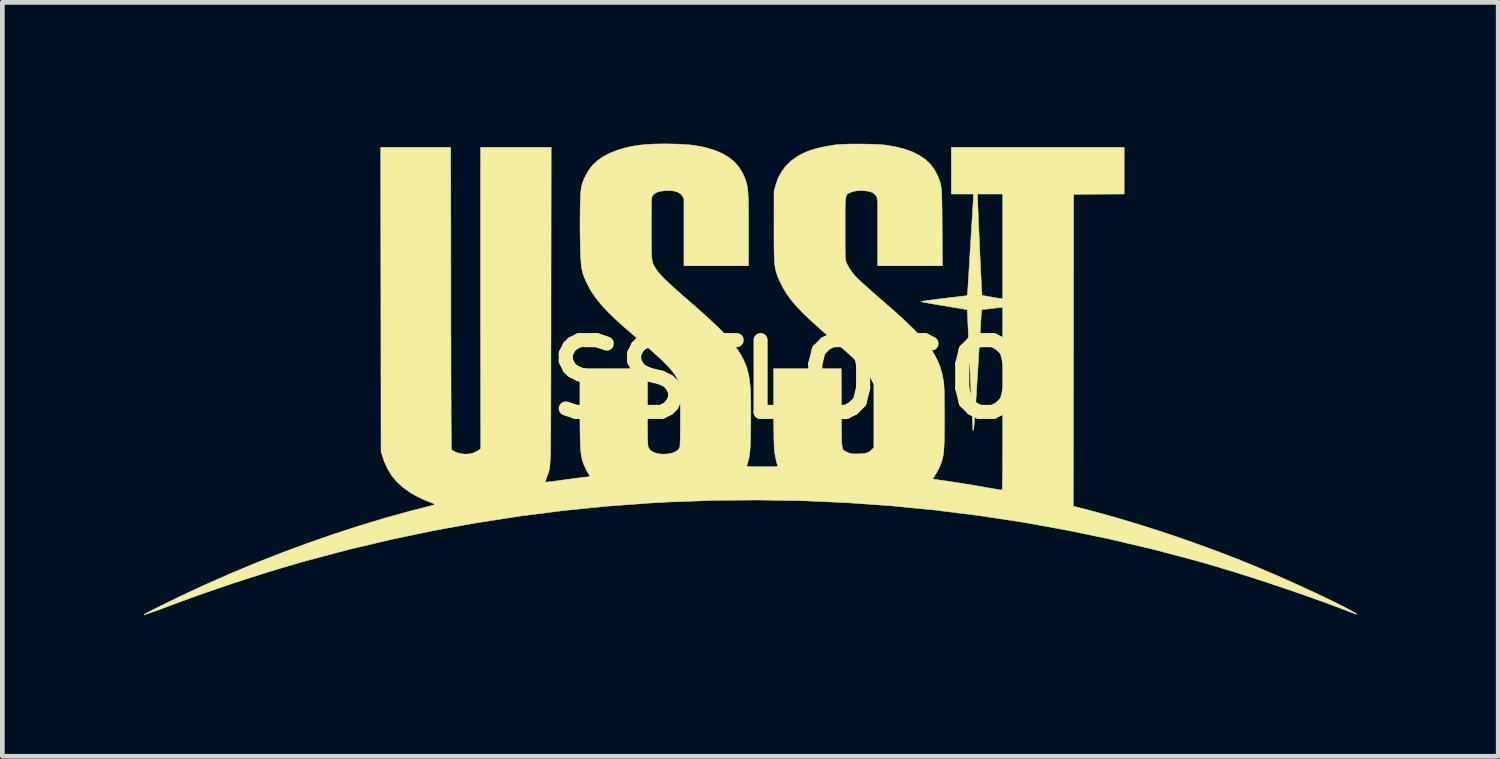
<source format=kicad_pcb>
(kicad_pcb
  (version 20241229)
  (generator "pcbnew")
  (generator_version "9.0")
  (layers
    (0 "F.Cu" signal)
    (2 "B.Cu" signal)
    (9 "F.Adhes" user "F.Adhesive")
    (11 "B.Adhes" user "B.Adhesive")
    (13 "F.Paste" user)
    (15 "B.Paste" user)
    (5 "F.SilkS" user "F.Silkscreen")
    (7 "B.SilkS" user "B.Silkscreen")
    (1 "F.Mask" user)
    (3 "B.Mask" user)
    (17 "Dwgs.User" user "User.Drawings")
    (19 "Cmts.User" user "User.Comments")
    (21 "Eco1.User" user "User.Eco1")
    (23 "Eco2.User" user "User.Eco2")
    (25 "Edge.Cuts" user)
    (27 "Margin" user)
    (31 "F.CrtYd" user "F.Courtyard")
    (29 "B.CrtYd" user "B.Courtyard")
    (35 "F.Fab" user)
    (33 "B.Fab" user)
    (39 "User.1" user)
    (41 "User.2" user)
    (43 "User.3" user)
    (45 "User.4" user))
  (footprint "USSTLOGO"
    (layer "F.Cu")
    (at 12.883 5.007)
    (property "Reference" "USSTLOGO" (at 0 0 0) (layer "F.SilkS") (effects (font (size 1.524 1.524) (thickness 0.3))))
    (attr through_hole)
    (fp_poly (pts (xy -1.68 -5) (xy -1.531 -4.996) (xy -1.402 -4.989) (xy -1.288 -4.981) (xy -1.185 -4.968) (xy -1.088 -4.953) (xy -0.991 -4.932) (xy -0.924 -4.916) (xy -0.746 -4.862) (xy -0.589 -4.794) (xy -0.452 -4.712) (xy -0.336 -4.617) (xy -0.24 -4.506) (xy -0.163 -4.38) (xy -0.118 -4.279) (xy -0.103 -4.236) (xy -0.089 -4.196) (xy -0.078 -4.156) (xy -0.068 -4.114) (xy -0.06 -4.067) (xy -0.054 -4.014) (xy -0.049 -3.952) (xy -0.045 -3.879) (xy -0.042 -3.793) (xy -0.04 -3.692) (xy -0.039 -3.573) (xy -0.038 -3.435) (xy -0.038 -3.274) (xy -0.038 -3.172) (xy -0.038 -2.413) (xy -1.41 -2.413) (xy -1.41 -3.122) (xy -1.41 -3.83) (xy -1.438 -3.887) (xy -1.478 -3.938) (xy -1.538 -3.976) (xy -1.617 -4) (xy -1.714 -4.011) (xy -1.826 -4.006) (xy -1.854 -4.003) (xy -1.934 -3.99) (xy -1.993 -3.971) (xy -2.036 -3.945) (xy -2.069 -3.908) (xy -2.076 -3.897) (xy -2.082 -3.886) (xy -2.087 -3.875) (xy -2.091 -3.859) (xy -2.094 -3.838) (xy -2.097 -3.808) (xy -2.098 -3.768) (xy -2.1 -3.716) (xy -2.101 -3.649) (xy -2.101 -3.565) (xy -2.102 -3.462) (xy -2.102 -3.338) (xy -2.102 -3.213) (xy -2.102 -3.061) (xy -2.102 -2.931) (xy -2.101 -2.823) (xy -2.099 -2.733) (xy -2.097 -2.658) (xy -2.093 -2.598) (xy -2.088 -2.549) (xy -2.082 -2.509) (xy -2.073 -2.476) (xy -2.062 -2.447) (xy -2.049 -2.42) (xy -2.033 -2.393) (xy -2.015 -2.363) (xy -1.992 -2.329) (xy -1.968 -2.295) (xy -1.941 -2.26) (xy -1.909 -2.223) (xy -1.871 -2.182) (xy -1.825 -2.136) (xy -1.77 -2.083) (xy -1.705 -2.023) (xy -1.628 -1.953) (xy -1.537 -1.871) (xy -1.432 -1.778) (xy -1.309 -1.671) (xy -1.175 -1.554) (xy -1.003 -1.402) (xy -0.851 -1.264) (xy -0.716 -1.137) (xy -0.599 -1.021) (xy -0.496 -0.913) (xy -0.407 -0.812) (xy -0.33 -0.716) (xy -0.265 -0.625) (xy -0.209 -0.536) (xy -0.161 -0.448) (xy -0.159 -0.445) (xy -0.125 -0.372) (xy -0.095 -0.299) (xy -0.069 -0.225) (xy -0.048 -0.147) (xy -0.03 -0.063) (xy -0.016 0.03) (xy -0.005 0.133) (xy 0.003 0.251) (xy 0.008 0.383) (xy 0.01 0.534) (xy 0.011 0.704) (xy 0.01 0.897) (xy 0.009 0.945) (xy 0.007 1.096) (xy 0.005 1.223) (xy 0.002 1.331) (xy -0.002 1.421) (xy -0.007 1.498) (xy -0.013 1.563) (xy -0.021 1.62) (xy -0.03 1.671) (xy -0.042 1.719) (xy -0.055 1.767) (xy -0.057 1.772) (xy -0.068 1.809) (xy -0.075 1.837) (xy -0.076 1.845) (xy -0.064 1.847) (xy -0.03 1.85) (xy 0.023 1.851) (xy 0.091 1.853) (xy 0.172 1.854) (xy 0.255 1.854) (xy 0.355 1.854) (xy 0.433 1.854) (xy 0.491 1.853) (xy 0.531 1.851) (xy 0.558 1.849) (xy 0.573 1.845) (xy 0.579 1.84) (xy 0.579 1.834) (xy 0.579 1.832) (xy 0.555 1.746) (xy 0.533 1.648) (xy 0.516 1.552) (xy 0.508 1.492) (xy 0.506 1.459) (xy 0.504 1.403) (xy 0.502 1.327) (xy 0.5 1.233) (xy 0.499 1.124) (xy 0.497 1.003) (xy 0.496 0.871) (xy 0.496 0.732) (xy 0.496 0.588) (xy 0.496 0.575) (xy 0.495 -0.229) (xy 1.93 -0.229) (xy 1.933 0.606) (xy 1.934 0.777) (xy 1.934 0.924) (xy 1.935 1.05) (xy 1.936 1.156) (xy 1.938 1.243) (xy 1.94 1.315) (xy 1.944 1.372) (xy 1.949 1.417) (xy 1.955 1.451) (xy 1.964 1.477) (xy 1.974 1.496) (xy 1.987 1.509) (xy 2.003 1.52) (xy 2.021 1.529) (xy 2.042 1.539) (xy 2.057 1.546) (xy 2.09 1.562) (xy 2.12 1.572) (xy 2.152 1.578) (xy 2.196 1.58) (xy 2.256 1.581) (xy 2.273 1.581) (xy 2.364 1.579) (xy 2.435 1.57) (xy 2.492 1.553) (xy 2.538 1.527) (xy 2.579 1.491) (xy 2.623 1.446) (xy 2.623 0.108) (xy 2.577 0.013) (xy 2.551 -0.037) (xy 2.522 -0.087) (xy 2.486 -0.138) (xy 2.444 -0.192) (xy 2.393 -0.25) (xy 2.333 -0.313) (xy 2.261 -0.384) (xy 2.176 -0.464) (xy 2.077 -0.554) (xy 1.962 -0.656) (xy 1.83 -0.77) (xy 1.714 -0.87) (xy 1.539 -1.021) (xy 1.384 -1.16) (xy 1.248 -1.285) (xy 1.129 -1.4) (xy 1.027 -1.504) (xy 0.94 -1.599) (xy 0.868 -1.686) (xy 0.842 -1.719) (xy 0.767 -1.828) (xy 0.696 -1.946) (xy 0.634 -2.064) (xy 0.585 -2.177) (xy 0.567 -2.225) (xy 0.554 -2.266) (xy 0.543 -2.305) (xy 0.533 -2.345) (xy 0.525 -2.387) (xy 0.519 -2.434) (xy 0.514 -2.489) (xy 0.51 -2.553) (xy 0.507 -2.628) (xy 0.505 -2.718) (xy 0.503 -2.824) (xy 0.502 -2.949) (xy 0.502 -3.095) (xy 0.502 -3.263) (xy 0.502 -3.264) (xy 0.503 -3.994) (xy 0.536 -4.118) (xy 0.59 -4.273) (xy 0.664 -4.413) (xy 0.757 -4.537) (xy 0.871 -4.645) (xy 1.005 -4.739) (xy 1.079 -4.781) (xy 1.173 -4.825) (xy 1.27 -4.863) (xy 1.376 -4.896) (xy 1.495 -4.926) (xy 1.631 -4.953) (xy 1.787 -4.979) (xy 1.797 -4.98) (xy 1.859 -4.987) (xy 1.942 -4.992) (xy 2.041 -4.996) (xy 2.152 -4.998) (xy 2.27 -4.999) (xy 2.392 -4.998) (xy 2.511 -4.996) (xy 2.625 -4.993) (xy 2.729 -4.988) (xy 2.818 -4.982) (xy 2.887 -4.974) (xy 2.889 -4.974) (xy 3.098 -4.937) (xy 3.284 -4.889) (xy 3.449 -4.829) (xy 3.592 -4.756) (xy 3.716 -4.671) (xy 3.82 -4.573) (xy 3.906 -4.461) (xy 3.973 -4.335) (xy 3.987 -4.302) (xy 4.003 -4.263) (xy 4.016 -4.227) (xy 4.028 -4.192) (xy 4.038 -4.157) (xy 4.046 -4.119) (xy 4.052 -4.076) (xy 4.058 -4.025) (xy 4.062 -3.966) (xy 4.065 -3.894) (xy 4.067 -3.809) (xy 4.069 -3.709) (xy 4.071 -3.59) (xy 4.072 -3.451) (xy 4.073 -3.29) (xy 4.073 -3.216) (xy 4.078 -2.413) (xy 3.392 -2.413) (xy 2.705 -2.413) (xy 2.705 -3.12) (xy 2.705 -3.272) (xy 2.705 -3.401) (xy 2.705 -3.509) (xy 2.704 -3.597) (xy 2.703 -3.669) (xy 2.702 -3.726) (xy 2.7 -3.77) (xy 2.698 -3.803) (xy 2.695 -3.828) (xy 2.692 -3.847) (xy 2.687 -3.862) (xy 2.682 -3.875) (xy 2.679 -3.882) (xy 2.649 -3.928) (xy 2.607 -3.962) (xy 2.55 -3.985) (xy 2.473 -4.001) (xy 2.469 -4.002) (xy 2.351 -4.011) (xy 2.245 -4.004) (xy 2.153 -3.981) (xy 2.128 -3.971) (xy 2.103 -3.96) (xy 2.082 -3.95) (xy 2.065 -3.939) (xy 2.051 -3.924) (xy 2.04 -3.905) (xy 2.031 -3.878) (xy 2.024 -3.841) (xy 2.019 -3.793) (xy 2.016 -3.732) (xy 2.014 -3.654) (xy 2.013 -3.56) (xy 2.013 -3.445) (xy 2.013 -3.308) (xy 2.013 -3.2) (xy 2.013 -3.055) (xy 2.013 -2.932) (xy 2.013 -2.831) (xy 2.014 -2.748) (xy 2.015 -2.681) (xy 2.016 -2.629) (xy 2.018 -2.588) (xy 2.021 -2.556) (xy 2.024 -2.532) (xy 2.028 -2.513) (xy 2.033 -2.497) (xy 2.039 -2.481) (xy 2.042 -2.475) (xy 2.064 -2.429) (xy 2.095 -2.373) (xy 2.129 -2.321) (xy 2.132 -2.316) (xy 2.153 -2.288) (xy 2.173 -2.261) (xy 2.194 -2.234) (xy 2.218 -2.207) (xy 2.246 -2.177) (xy 2.279 -2.143) (xy 2.319 -2.104) (xy 2.367 -2.059) (xy 2.424 -2.007) (xy 2.493 -1.946) (xy 2.573 -1.874) (xy 2.667 -1.791) (xy 2.777 -1.696) (xy 2.902 -1.586) (xy 3.045 -1.462) (xy 3.054 -1.455) (xy 3.128 -1.388) (xy 3.214 -1.31) (xy 3.303 -1.226) (xy 3.39 -1.144) (xy 3.466 -1.069) (xy 3.468 -1.067) (xy 3.608 -0.921) (xy 3.728 -0.783) (xy 3.829 -0.652) (xy 3.911 -0.524) (xy 3.978 -0.396) (xy 4.03 -0.266) (xy 4.07 -0.131) (xy 4.098 0.012) (xy 4.098 0.013) (xy 4.103 0.05) (xy 4.108 0.088) (xy 4.111 0.131) (xy 4.114 0.18) (xy 4.117 0.239) (xy 4.118 0.309) (xy 4.12 0.394) (xy 4.12 0.496) (xy 4.121 0.618) (xy 4.121 0.762) (xy 4.121 0.794) (xy 4.121 0.958) (xy 4.12 1.099) (xy 4.119 1.22) (xy 4.117 1.322) (xy 4.114 1.409) (xy 4.109 1.483) (xy 4.104 1.545) (xy 4.097 1.6) (xy 4.088 1.648) (xy 4.077 1.693) (xy 4.065 1.736) (xy 4.056 1.765) (xy 4.006 1.888) (xy 3.936 2.013) (xy 3.908 2.055) (xy 3.888 2.087) (xy 3.877 2.108) (xy 3.875 2.114) (xy 3.889 2.116) (xy 3.924 2.122) (xy 3.977 2.13) (xy 4.044 2.14) (xy 4.122 2.151) (xy 4.172 2.158) (xy 4.26 2.171) (xy 4.367 2.188) (xy 4.487 2.206) (xy 4.614 2.227) (xy 4.741 2.248) (xy 4.862 2.269) (xy 4.894 2.274) (xy 4.996 2.292) (xy 5.09 2.308) (xy 5.174 2.323) (xy 5.244 2.334) (xy 5.297 2.343) (xy 5.331 2.348) (xy 5.342 2.349) (xy 5.344 2.346) (xy 5.346 2.337) (xy 5.348 2.319) (xy 5.35 2.292) (xy 5.352 2.256) (xy 5.353 2.208) (xy 5.354 2.147) (xy 5.355 2.074) (xy 5.356 1.985) (xy 5.357 1.882) (xy 5.358 1.761) (xy 5.358 1.622) (xy 5.359 1.465) (xy 5.359 1.288) (xy 5.359 1.089) (xy 5.359 0.868) (xy 5.359 0.624) (xy 5.359 0.407) (xy 5.359 -1.536) (xy 5.324 -1.53) (xy 5.3 -1.527) (xy 5.255 -1.521) (xy 5.196 -1.514) (xy 5.129 -1.506) (xy 5.102 -1.503) (xy 4.915 -1.482) (xy 4.909 -1.443) (xy 4.907 -1.424) (xy 4.904 -1.381) (xy 4.9 -1.318) (xy 4.894 -1.236) (xy 4.888 -1.137) (xy 4.881 -1.024) (xy 4.873 -0.899) (xy 4.864 -0.764) (xy 4.856 -0.621) (xy 4.851 -0.546) (xy 4.836 -0.288) (xy 4.821 -0.055) (xy 4.808 0.154) (xy 4.797 0.34) (xy 4.786 0.504) (xy 4.776 0.645) (xy 4.768 0.765) (xy 4.76 0.864) (xy 4.753 0.943) (xy 4.748 1.004) (xy 4.743 1.045) (xy 4.739 1.068) (xy 4.737 1.073) (xy 4.73 1.084) (xy 4.727 1.073) (xy 4.725 1.041) (xy 4.724 1.009) (xy 4.722 0.957) (xy 4.718 0.892) (xy 4.714 0.818) (xy 4.712 0.775) (xy 4.708 0.717) (xy 4.704 0.635) (xy 4.699 0.528) (xy 4.693 0.398) (xy 4.685 0.245) (xy 4.677 0.068) (xy 4.668 -0.13) (xy 4.658 -0.35) (xy 4.647 -0.591) (xy 4.635 -0.852) (xy 4.622 -1.134) (xy 4.615 -1.296) (xy 4.606 -1.481) (xy 4.122 -1.562) (xy 4.015 -1.58) (xy 3.915 -1.597) (xy 3.825 -1.613) (xy 3.749 -1.626) (xy 3.69 -1.637) (xy 3.649 -1.645) (xy 3.63 -1.65) (xy 3.629 -1.651) (xy 3.638 -1.655) (xy 3.67 -1.661) (xy 3.722 -1.669) (xy 3.791 -1.68) (xy 3.875 -1.691) (xy 3.971 -1.704) (xy 4.077 -1.717) (xy 4.19 -1.731) (xy 4.308 -1.745) (xy 4.386 -1.753) (xy 4.457 -1.762) (xy 4.519 -1.769) (xy 4.567 -1.776) (xy 4.598 -1.781) (xy 4.606 -1.783) (xy 4.608 -1.796) (xy 4.611 -1.832) (xy 4.616 -1.889) (xy 4.621 -1.964) (xy 4.627 -2.054) (xy 4.633 -2.158) (xy 4.64 -2.272) (xy 4.648 -2.394) (xy 4.649 -2.412) (xy 4.657 -2.554) (xy 4.666 -2.703) (xy 4.675 -2.856) (xy 4.685 -3.006) (xy 4.693 -3.148) (xy 4.701 -3.278) (xy 4.708 -3.39) (xy 4.711 -3.441) (xy 4.718 -3.542) (xy 4.723 -3.637) (xy 4.728 -3.722) (xy 4.733 -3.793) (xy 4.735 -3.848) (xy 4.737 -3.883) (xy 4.737 -3.892) (xy 4.737 -3.937) (xy 4.822 -3.937) (xy 4.83 -3.712) (xy 4.834 -3.608) (xy 4.839 -3.491) (xy 4.844 -3.361) (xy 4.85 -3.222) (xy 4.857 -3.077) (xy 4.863 -2.929) (xy 4.87 -2.78) (xy 4.876 -2.634) (xy 4.883 -2.492) (xy 4.889 -2.36) (xy 4.895 -2.238) (xy 4.9 -2.13) (xy 4.905 -2.039) (xy 4.909 -1.967) (xy 4.912 -1.918) (xy 4.912 -1.918) (xy 4.921 -1.784) (xy 5.112 -1.751) (xy 5.18 -1.739) (xy 5.242 -1.729) (xy 5.291 -1.721) (xy 5.323 -1.717) (xy 5.331 -1.716) (xy 5.359 -1.714) (xy 5.359 -3.937) (xy 4.822 -3.937) (xy 4.737 -3.937) (xy 4.267 -3.937) (xy 4.267 -4.928) (xy 7.938 -4.928) (xy 7.938 -3.937) (xy 6.864 -3.931) (xy 6.858 2.691) (xy 6.906 2.704) (xy 6.94 2.713) (xy 6.991 2.726) (xy 7.047 2.74) (xy 7.061 2.743) (xy 7.402 2.833) (xy 7.76 2.933) (xy 8.132 3.044) (xy 8.513 3.163) (xy 8.899 3.289) (xy 9.285 3.422) (xy 9.668 3.559) (xy 10.044 3.699) (xy 10.407 3.84) (xy 10.46 3.862) (xy 10.671 3.948) (xy 10.89 4.039) (xy 11.115 4.136) (xy 11.342 4.235) (xy 11.568 4.336) (xy 11.789 4.437) (xy 12.003 4.536) (xy 12.206 4.633) (xy 12.395 4.724) (xy 12.567 4.81) (xy 12.703 4.881) (xy 12.77 4.917) (xy 12.821 4.947) (xy 12.857 4.969) (xy 12.875 4.983) (xy 12.874 4.987) (xy 12.852 4.98) (xy 12.844 4.977) (xy 12.509 4.85) (xy 12.157 4.72) (xy 11.792 4.59) (xy 11.419 4.461) (xy 11.042 4.334) (xy 10.667 4.212) (xy 10.298 4.095) (xy 9.94 3.986) (xy 9.598 3.886) (xy 9.466 3.849) (xy 8.556 3.608) (xy 7.641 3.392) (xy 6.721 3.201) (xy 5.797 3.034) (xy 4.868 2.893) (xy 3.935 2.776) (xy 2.999 2.684) (xy 2.06 2.618) (xy 1.118 2.576) (xy 0.174 2.56) (xy -0.771 2.568) (xy -1.718 2.602) (xy -2.102 2.623) (xy -3.033 2.691) (xy -3.962 2.784) (xy -4.888 2.902) (xy -5.81 3.044) (xy -6.727 3.21) (xy -7.638 3.401) (xy -8.541 3.615) (xy -9.437 3.853) (xy -9.668 3.919) (xy -9.97 4.008) (xy -10.285 4.104) (xy -10.608 4.206) (xy -10.933 4.312) (xy -11.255 4.42) (xy -11.568 4.528) (xy -11.868 4.635) (xy -12.149 4.738) (xy -12.179 4.75) (xy -12.315 4.801) (xy -12.441 4.847) (xy -12.554 4.889) (xy -12.653 4.924) (xy -12.736 4.954) (xy -12.802 4.976) (xy -12.848 4.991) (xy -12.873 4.998) (xy -12.878 4.997) (xy -12.867 4.988) (xy -12.835 4.97) (xy -12.784 4.942) (xy -12.717 4.907) (xy -12.635 4.866) (xy -12.542 4.819) (xy -12.438 4.768) (xy -12.327 4.714) (xy -12.21 4.657) (xy -12.09 4.599) (xy -11.968 4.541) (xy -11.848 4.485) (xy -11.73 4.43) (xy -11.618 4.378) (xy -11.567 4.355) (xy -11.037 4.121) (xy -10.497 3.896) (xy -9.95 3.681) (xy -9.401 3.478) (xy -8.853 3.287) (xy -8.309 3.11) (xy -7.774 2.948) (xy -7.251 2.803) (xy -6.982 2.734) (xy -6.9 2.713) (xy -6.828 2.694) (xy -6.767 2.678) (xy -6.723 2.664) (xy -6.698 2.656) (xy -6.693 2.653) (xy -6.704 2.646) (xy -6.734 2.632) (xy -6.776 2.616) (xy -6.791 2.61) (xy -6.889 2.572) (xy -6.995 2.525) (xy -7.1 2.472) (xy -7.195 2.419) (xy -7.239 2.391) (xy -7.387 2.283) (xy -7.512 2.167) (xy -7.617 2.04) (xy -7.703 1.899) (xy -7.774 1.741) (xy -7.815 1.619) (xy -7.842 1.53) (xy -7.845 -1.699) (xy -7.849 -4.928) (xy -7.106 -4.928) (xy -6.363 -4.928) (xy -6.361 -4.181) (xy -6.361 -4.09) (xy -6.36 -3.975) (xy -6.36 -3.838) (xy -6.36 -3.681) (xy -6.36 -3.506) (xy -6.359 -3.314) (xy -6.359 -3.108) (xy -6.359 -2.888) (xy -6.359 -2.657) (xy -6.358 -2.417) (xy -6.358 -2.169) (xy -6.358 -1.916) (xy -6.358 -1.658) (xy -6.358 -1.397) (xy -6.358 -1.137) (xy -6.358 -0.984) (xy -6.357 -0.736) (xy -6.357 -0.495) (xy -6.357 -0.262) (xy -6.356 -0.038) (xy -6.356 0.176) (xy -6.355 0.378) (xy -6.354 0.567) (xy -6.354 0.742) (xy -6.353 0.902) (xy -6.352 1.045) (xy -6.351 1.171) (xy -6.35 1.277) (xy -6.349 1.363) (xy -6.348 1.428) (xy -6.347 1.469) (xy -6.346 1.487) (xy -6.346 1.488) (xy -6.33 1.503) (xy -6.297 1.524) (xy -6.257 1.544) (xy -6.163 1.575) (xy -6.062 1.587) (xy -5.962 1.581) (xy -5.869 1.557) (xy -5.787 1.516) (xy -5.78 1.511) (xy -5.725 1.471) (xy -5.728 -0.366) (xy -5.728 -0.611) (xy -5.728 -0.868) (xy -5.729 -1.135) (xy -5.729 -1.407) (xy -5.729 -1.683) (xy -5.729 -1.958) (xy -5.729 -2.23) (xy -5.729 -2.495) (xy -5.729 -2.75) (xy -5.729 -2.991) (xy -5.729 -3.217) (xy -5.729 -3.422) (xy -5.729 -3.566) (xy -5.728 -4.928) (xy -4.229 -4.928) (xy -4.233 -1.578) (xy -4.233 -1.23) (xy -4.233 -0.906) (xy -4.234 -0.606) (xy -4.234 -0.328) (xy -4.234 -0.072) (xy -4.235 0.163) (xy -4.235 0.379) (xy -4.236 0.576) (xy -4.236 0.755) (xy -4.237 0.916) (xy -4.238 1.062) (xy -4.239 1.193) (xy -4.24 1.31) (xy -4.242 1.414) (xy -4.243 1.505) (xy -4.245 1.585) (xy -4.247 1.654) (xy -4.25 1.715) (xy -4.253 1.766) (xy -4.256 1.81) (xy -4.259 1.848) (xy -4.263 1.88) (xy -4.268 1.907) (xy -4.272 1.93) (xy -4.278 1.951) (xy -4.283 1.97) (xy -4.289 1.987) (xy -4.296 2.005) (xy -4.303 2.023) (xy -4.311 2.044) (xy -4.318 2.062) (xy -4.334 2.111) (xy -4.346 2.151) (xy -4.351 2.176) (xy -4.351 2.181) (xy -4.337 2.181) (xy -4.301 2.178) (xy -4.247 2.172) (xy -4.176 2.163) (xy -4.093 2.152) (xy -4.001 2.139) (xy -3.966 2.134) (xy -3.866 2.12) (xy -3.769 2.107) (xy -3.68 2.095) (xy -3.603 2.086) (xy -3.542 2.078) (xy -3.501 2.074) (xy -3.496 2.074) (xy -3.451 2.069) (xy -3.418 2.064) (xy -3.404 2.059) (xy -3.404 2.059) (xy -3.41 2.044) (xy -3.426 2.018) (xy -3.43 2.013) (xy -3.472 1.942) (xy -3.514 1.857) (xy -3.55 1.771) (xy -3.569 1.712) (xy -3.578 1.674) (xy -3.587 1.632) (xy -3.594 1.584) (xy -3.6 1.528) (xy -3.605 1.462) (xy -3.609 1.384) (xy -3.613 1.293) (xy -3.615 1.186) (xy -3.617 1.062) (xy -3.618 0.918) (xy -3.619 0.753) (xy -3.619 0.564) (xy -3.619 0.543) (xy -3.619 -0.229) (xy -2.184 -0.229) (xy -2.184 0.585) (xy -2.184 0.755) (xy -2.184 0.901) (xy -2.183 1.026) (xy -2.183 1.13) (xy -2.182 1.216) (xy -2.18 1.285) (xy -2.178 1.339) (xy -2.176 1.38) (xy -2.173 1.41) (xy -2.17 1.429) (xy -2.167 1.439) (xy -2.13 1.496) (xy -2.072 1.539) (xy -1.995 1.569) (xy -1.899 1.585) (xy -1.837 1.587) (xy -1.734 1.58) (xy -1.646 1.56) (xy -1.575 1.527) (xy -1.523 1.483) (xy -1.497 1.438) (xy -1.495 1.419) (xy -1.493 1.378) (xy -1.491 1.317) (xy -1.489 1.238) (xy -1.488 1.144) (xy -1.487 1.037) (xy -1.486 0.921) (xy -1.486 0.797) (xy -1.486 0.783) (xy -1.486 0.641) (xy -1.487 0.522) (xy -1.487 0.423) (xy -1.488 0.343) (xy -1.489 0.279) (xy -1.49 0.228) (xy -1.493 0.188) (xy -1.495 0.157) (xy -1.499 0.133) (xy -1.504 0.112) (xy -1.509 0.093) (xy -1.515 0.075) (xy -1.535 0.022) (xy -1.561 -0.031) (xy -1.592 -0.085) (xy -1.631 -0.141) (xy -1.678 -0.201) (xy -1.736 -0.266) (xy -1.805 -0.338) (xy -1.887 -0.418) (xy -1.983 -0.507) (xy -2.095 -0.607) (xy -2.223 -0.719) (xy -2.369 -0.844) (xy -2.444 -0.908) (xy -2.613 -1.054) (xy -2.763 -1.186) (xy -2.895 -1.308) (xy -3.01 -1.421) (xy -3.111 -1.526) (xy -3.199 -1.626) (xy -3.275 -1.722) (xy -3.341 -1.815) (xy -3.399 -1.908) (xy -3.45 -2.003) (xy -3.462 -2.026) (xy -3.497 -2.1) (xy -3.526 -2.166) (xy -3.549 -2.227) (xy -3.566 -2.287) (xy -3.58 -2.351) (xy -3.59 -2.422) (xy -3.597 -2.506) (xy -3.603 -2.605) (xy -3.608 -2.724) (xy -3.609 -2.762) (xy -3.612 -2.873) (xy -3.614 -3.002) (xy -3.616 -3.142) (xy -3.617 -3.285) (xy -3.616 -3.424) (xy -3.615 -3.551) (xy -3.615 -3.562) (xy -3.613 -3.697) (xy -3.61 -3.81) (xy -3.606 -3.904) (xy -3.6 -3.983) (xy -3.592 -4.05) (xy -3.582 -4.108) (xy -3.568 -4.16) (xy -3.55 -4.21) (xy -3.529 -4.262) (xy -3.502 -4.318) (xy -3.499 -4.324) (xy -3.43 -4.446) (xy -3.345 -4.554) (xy -3.245 -4.648) (xy -3.126 -4.73) (xy -2.987 -4.803) (xy -2.826 -4.867) (xy -2.796 -4.877) (xy -2.661 -4.917) (xy -2.519 -4.949) (xy -2.368 -4.973) (xy -2.204 -4.99) (xy -2.024 -4.999) (xy -1.825 -5.002) (xy -1.68 -5)) (stroke (width 0.01) (type solid)) (fill yes) (layer "F.SilkS")))
  (gr_rect
    (start -3 -3)
    (end 28.763 13.01)
    (stroke (width 0.1) (type default))
    (fill no)
    (layer "Edge.Cuts")))
</source>
